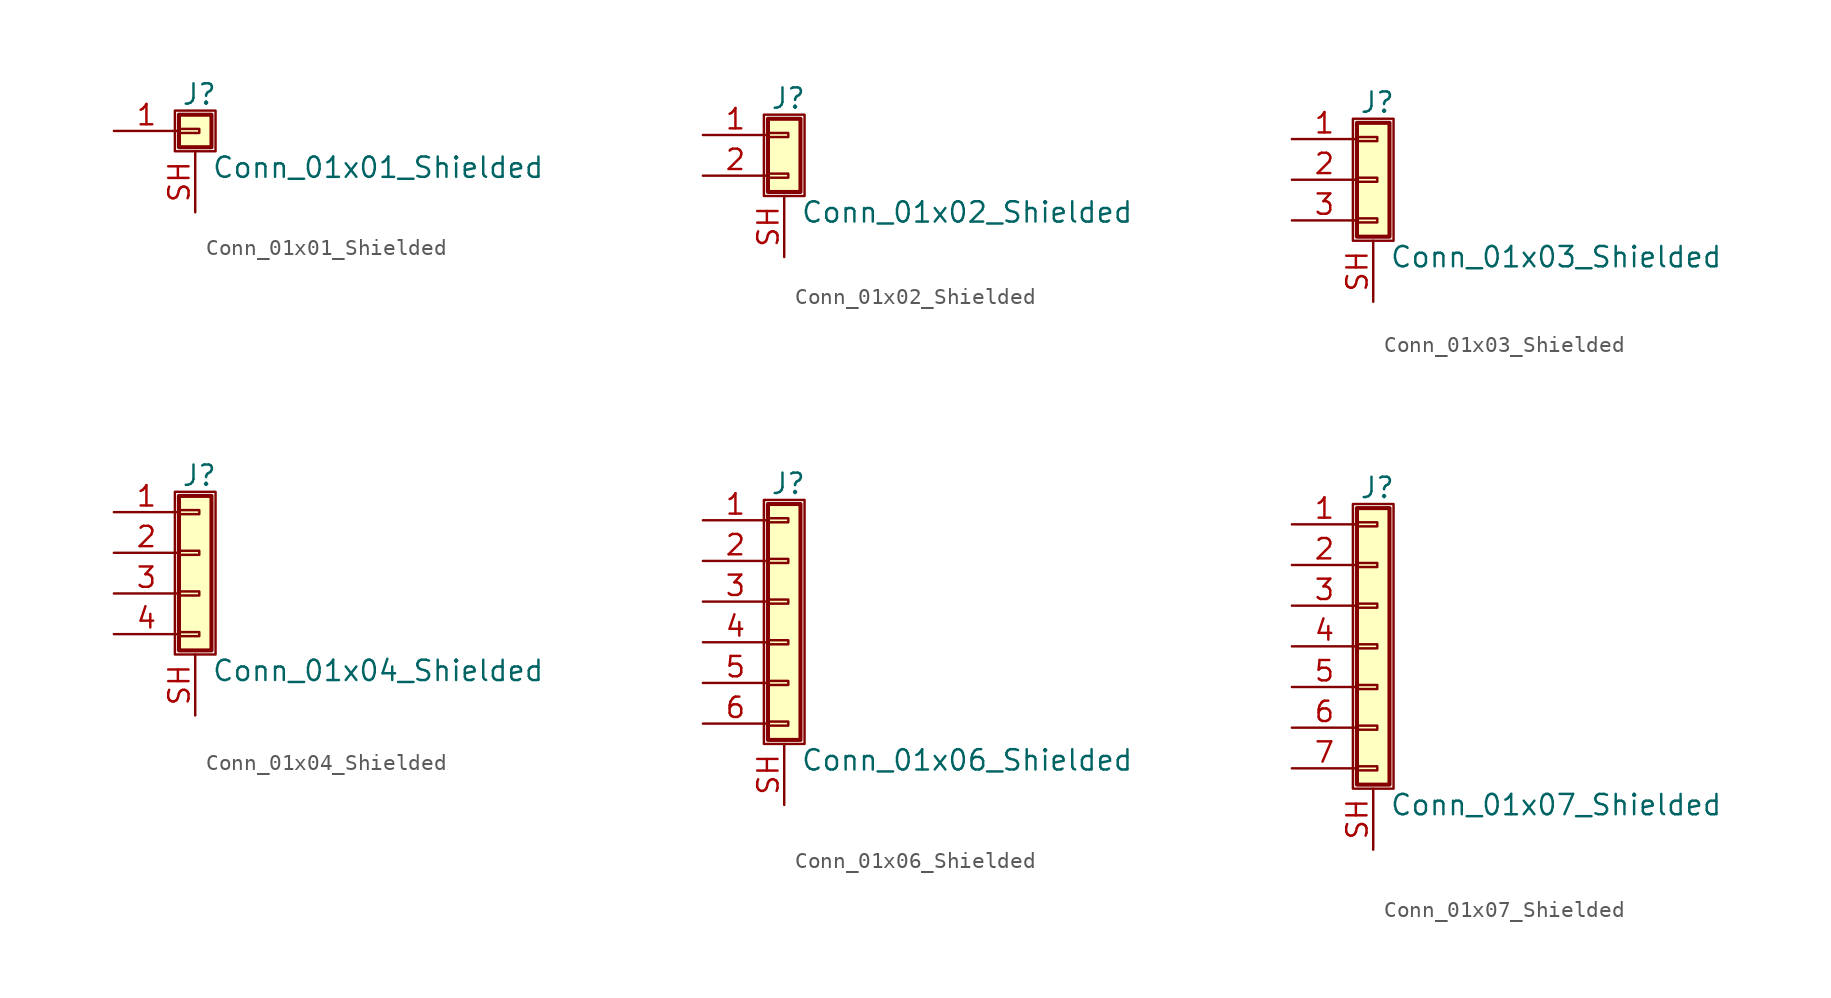
<source format=kicad_sym>
(kicad_symbol_lib
  (version 20211014)
  (generator kicad_symbol_editor)
  (symbol "Conn_01x01_Shielded"
    (pin_names
      (offset 1.016) hide)
    (property "Reference" "J"
      (at 0.254 2.286 0)
      (effects (font (size 1.27 1.27))))
    (property "Value" "Conn_01x01_Shielded"
      (at 1.016 -2.286 0)
      (effects (font (size 1.27 1.27)) (justify left)))
    (symbol "Conn_01x01_Shielded_1_1"
      (rectangle (start -1.27 1.27) (end 1.27 -1.27) (stroke (width 0.152) (type default) (color 0 0 0 0)) (fill (type none)))
      (rectangle (start -1.016 0.127) (end 0.254 -0.127) (stroke (width 0.152) (type default) (color 0 0 0 0)) (fill (type none)))
      (rectangle (start -1.016 1.016) (end 1.016 -1.016) (stroke (width 0.254) (type default) (color 0 0 0 0)) (fill (type background)))
      (pin passive line (at -5.08 0 0) (length 4.064) (name "Pin_1" (effects (font (size 1.27 1.27)))) (number "1" (effects (font (size 1.27 1.27)))))
      (pin passive line (at 0 -5.08 90) (length 3.81) (name "Shield" (effects (font (size 1.27 1.27)))) (number "SH" (effects (font (size 1.27 1.27)))))))
  (symbol "Conn_01x02_Shielded"
    (pin_names
      (offset 1.016) hide)
    (property "Reference" "J"
      (at 0.254 2.286 0)
      (effects (font (size 1.27 1.27))))
    (property "Value" "Conn_01x02_Shielded"
      (at 1.016 -4.826 0)
      (effects (font (size 1.27 1.27)) (justify left)))
    (symbol "Conn_01x02_Shielded_1_1"
      (rectangle (start -1.27 1.27) (end 1.27 -3.81) (stroke (width 0.152) (type default) (color 0 0 0 0)) (fill (type none)))
      (rectangle (start -1.016 -2.413) (end 0.254 -2.667) (stroke (width 0.152) (type default) (color 0 0 0 0)) (fill (type none)))
      (rectangle (start -1.016 0.127) (end 0.254 -0.127) (stroke (width 0.152) (type default) (color 0 0 0 0)) (fill (type none)))
      (rectangle (start -1.016 1.016) (end 1.016 -3.556) (stroke (width 0.254) (type default) (color 0 0 0 0)) (fill (type background)))
      (pin passive line (at -5.08 0 0) (length 4.064) (name "Pin_1" (effects (font (size 1.27 1.27)))) (number "1" (effects (font (size 1.27 1.27)))))
      (pin passive line (at -5.08 -2.54 0) (length 4.064) (name "Pin_2" (effects (font (size 1.27 1.27)))) (number "2" (effects (font (size 1.27 1.27)))))
      (pin passive line (at 0 -7.62 90) (length 3.81) (name "Shield" (effects (font (size 1.27 1.27)))) (number "SH" (effects (font (size 1.27 1.27)))))))
  (symbol "Conn_01x03_Shielded"
    (pin_names
      (offset 1.016) hide)
    (property "Reference" "J"
      (at 0.254 4.826 0)
      (effects (font (size 1.27 1.27))))
    (property "Value" "Conn_01x03_Shielded"
      (at 1.016 -4.826 0)
      (effects (font (size 1.27 1.27)) (justify left)))
    (symbol "Conn_01x03_Shielded_1_1"
      (rectangle (start -1.27 3.81) (end 1.27 -3.81) (stroke (width 0.152) (type default) (color 0 0 0 0)) (fill (type none)))
      (rectangle (start -1.016 -2.413) (end 0.254 -2.667) (stroke (width 0.152) (type default) (color 0 0 0 0)) (fill (type none)))
      (rectangle (start -1.016 0.127) (end 0.254 -0.127) (stroke (width 0.152) (type default) (color 0 0 0 0)) (fill (type none)))
      (rectangle (start -1.016 2.667) (end 0.254 2.413) (stroke (width 0.152) (type default) (color 0 0 0 0)) (fill (type none)))
      (rectangle (start -1.016 3.556) (end 1.016 -3.556) (stroke (width 0.254) (type default) (color 0 0 0 0)) (fill (type background)))
      (pin passive line (at -5.08 2.54 0) (length 4.064) (name "Pin_1" (effects (font (size 1.27 1.27)))) (number "1" (effects (font (size 1.27 1.27)))))
      (pin passive line (at -5.08 0 0) (length 4.064) (name "Pin_2" (effects (font (size 1.27 1.27)))) (number "2" (effects (font (size 1.27 1.27)))))
      (pin passive line (at -5.08 -2.54 0) (length 4.064) (name "Pin_3" (effects (font (size 1.27 1.27)))) (number "3" (effects (font (size 1.27 1.27)))))
      (pin passive line (at 0 -7.62 90) (length 3.81) (name "Shield" (effects (font (size 1.27 1.27)))) (number "SH" (effects (font (size 1.27 1.27)))))))
  (symbol "Conn_01x04_Shielded"
    (pin_names
      (offset 1.016) hide)
    (property "Reference" "J"
      (at 0.254 4.826 0)
      (effects (font (size 1.27 1.27))))
    (property "Value" "Conn_01x04_Shielded"
      (at 1.016 -7.366 0)
      (effects (font (size 1.27 1.27)) (justify left)))
    (symbol "Conn_01x04_Shielded_1_1"
      (rectangle (start -1.27 3.81) (end 1.27 -6.35) (stroke (width 0.152) (type default) (color 0 0 0 0)) (fill (type none)))
      (rectangle (start -1.016 -4.953) (end 0.254 -5.207) (stroke (width 0.152) (type default) (color 0 0 0 0)) (fill (type none)))
      (rectangle (start -1.016 -2.413) (end 0.254 -2.667) (stroke (width 0.152) (type default) (color 0 0 0 0)) (fill (type none)))
      (rectangle (start -1.016 0.127) (end 0.254 -0.127) (stroke (width 0.152) (type default) (color 0 0 0 0)) (fill (type none)))
      (rectangle (start -1.016 2.667) (end 0.254 2.413) (stroke (width 0.152) (type default) (color 0 0 0 0)) (fill (type none)))
      (rectangle (start -1.016 3.556) (end 1.016 -6.096) (stroke (width 0.254) (type default) (color 0 0 0 0)) (fill (type background)))
      (pin passive line (at -5.08 2.54 0) (length 4.064) (name "Pin_1" (effects (font (size 1.27 1.27)))) (number "1" (effects (font (size 1.27 1.27)))))
      (pin passive line (at -5.08 0 0) (length 4.064) (name "Pin_2" (effects (font (size 1.27 1.27)))) (number "2" (effects (font (size 1.27 1.27)))))
      (pin passive line (at -5.08 -2.54 0) (length 4.064) (name "Pin_3" (effects (font (size 1.27 1.27)))) (number "3" (effects (font (size 1.27 1.27)))))
      (pin passive line (at -5.08 -5.08 0) (length 4.064) (name "Pin_4" (effects (font (size 1.27 1.27)))) (number "4" (effects (font (size 1.27 1.27)))))
      (pin passive line (at 0 -10.16 90) (length 3.81) (name "Shield" (effects (font (size 1.27 1.27)))) (number "SH" (effects (font (size 1.27 1.27)))))))
  (symbol "Conn_01x06_Shielded"
    (pin_names
      (offset 1.016) hide)
    (property "Reference" "J"
      (at 0.254 7.366 0)
      (effects (font (size 1.27 1.27))))
    (property "Value" "Conn_01x06_Shielded"
      (at 1.016 -9.906 0)
      (effects (font (size 1.27 1.27)) (justify left)))
    (symbol "Conn_01x06_Shielded_1_1"
      (rectangle (start -1.27 6.35) (end 1.27 -8.89) (stroke (width 0.152) (type default) (color 0 0 0 0)) (fill (type none)))
      (rectangle (start -1.016 -7.493) (end 0.254 -7.747) (stroke (width 0.152) (type default) (color 0 0 0 0)) (fill (type none)))
      (rectangle (start -1.016 -4.953) (end 0.254 -5.207) (stroke (width 0.152) (type default) (color 0 0 0 0)) (fill (type none)))
      (rectangle (start -1.016 -2.413) (end 0.254 -2.667) (stroke (width 0.152) (type default) (color 0 0 0 0)) (fill (type none)))
      (rectangle (start -1.016 0.127) (end 0.254 -0.127) (stroke (width 0.152) (type default) (color 0 0 0 0)) (fill (type none)))
      (rectangle (start -1.016 2.667) (end 0.254 2.413) (stroke (width 0.152) (type default) (color 0 0 0 0)) (fill (type none)))
      (rectangle (start -1.016 5.207) (end 0.254 4.953) (stroke (width 0.152) (type default) (color 0 0 0 0)) (fill (type none)))
      (rectangle (start -1.016 6.096) (end 1.016 -8.636) (stroke (width 0.254) (type default) (color 0 0 0 0)) (fill (type background)))
      (pin passive line (at -5.08 5.08 0) (length 4.064) (name "Pin_1" (effects (font (size 1.27 1.27)))) (number "1" (effects (font (size 1.27 1.27)))))
      (pin passive line (at -5.08 2.54 0) (length 4.064) (name "Pin_2" (effects (font (size 1.27 1.27)))) (number "2" (effects (font (size 1.27 1.27)))))
      (pin passive line (at -5.08 0 0) (length 4.064) (name "Pin_3" (effects (font (size 1.27 1.27)))) (number "3" (effects (font (size 1.27 1.27)))))
      (pin passive line (at -5.08 -2.54 0) (length 4.064) (name "Pin_4" (effects (font (size 1.27 1.27)))) (number "4" (effects (font (size 1.27 1.27)))))
      (pin passive line (at -5.08 -5.08 0) (length 4.064) (name "Pin_5" (effects (font (size 1.27 1.27)))) (number "5" (effects (font (size 1.27 1.27)))))
      (pin passive line (at -5.08 -7.62 0) (length 4.064) (name "Pin_6" (effects (font (size 1.27 1.27)))) (number "6" (effects (font (size 1.27 1.27)))))
      (pin passive line (at 0 -12.7 90) (length 3.81) (name "Shield" (effects (font (size 1.27 1.27)))) (number "SH" (effects (font (size 1.27 1.27)))))))
  (symbol "Conn_01x07_Shielded"
    (pin_names
      (offset 1.016) hide)
    (property "Reference" "J"
      (at 0.254 9.906 0)
      (effects (font (size 1.27 1.27))))
    (property "Value" "Conn_01x07_Shielded"
      (at 1.016 -9.906 0)
      (effects (font (size 1.27 1.27)) (justify left)))
    (symbol "Conn_01x07_Shielded_1_1"
      (rectangle (start -1.27 8.89) (end 1.27 -8.89) (stroke (width 0.152) (type default) (color 0 0 0 0)) (fill (type none)))
      (rectangle (start -1.016 -7.493) (end 0.254 -7.747) (stroke (width 0.152) (type default) (color 0 0 0 0)) (fill (type none)))
      (rectangle (start -1.016 -4.953) (end 0.254 -5.207) (stroke (width 0.152) (type default) (color 0 0 0 0)) (fill (type none)))
      (rectangle (start -1.016 -2.413) (end 0.254 -2.667) (stroke (width 0.152) (type default) (color 0 0 0 0)) (fill (type none)))
      (rectangle (start -1.016 0.127) (end 0.254 -0.127) (stroke (width 0.152) (type default) (color 0 0 0 0)) (fill (type none)))
      (rectangle (start -1.016 2.667) (end 0.254 2.413) (stroke (width 0.152) (type default) (color 0 0 0 0)) (fill (type none)))
      (rectangle (start -1.016 5.207) (end 0.254 4.953) (stroke (width 0.152) (type default) (color 0 0 0 0)) (fill (type none)))
      (rectangle (start -1.016 7.747) (end 0.254 7.493) (stroke (width 0.152) (type default) (color 0 0 0 0)) (fill (type none)))
      (rectangle (start -1.016 8.636) (end 1.016 -8.636) (stroke (width 0.254) (type default) (color 0 0 0 0)) (fill (type background)))
      (pin passive line (at -5.08 7.62 0) (length 4.064) (name "Pin_1" (effects (font (size 1.27 1.27)))) (number "1" (effects (font (size 1.27 1.27)))))
      (pin passive line (at -5.08 5.08 0) (length 4.064) (name "Pin_2" (effects (font (size 1.27 1.27)))) (number "2" (effects (font (size 1.27 1.27)))))
      (pin passive line (at -5.08 2.54 0) (length 4.064) (name "Pin_3" (effects (font (size 1.27 1.27)))) (number "3" (effects (font (size 1.27 1.27)))))
      (pin passive line (at -5.08 0 0) (length 4.064) (name "Pin_4" (effects (font (size 1.27 1.27)))) (number "4" (effects (font (size 1.27 1.27)))))
      (pin passive line (at -5.08 -2.54 0) (length 4.064) (name "Pin_5" (effects (font (size 1.27 1.27)))) (number "5" (effects (font (size 1.27 1.27)))))
      (pin passive line (at -5.08 -5.08 0) (length 4.064) (name "Pin_6" (effects (font (size 1.27 1.27)))) (number "6" (effects (font (size 1.27 1.27)))))
      (pin passive line (at -5.08 -7.62 0) (length 4.064) (name "Pin_7" (effects (font (size 1.27 1.27)))) (number "7" (effects (font (size 1.27 1.27)))))
      (pin passive line (at 0 -12.7 90) (length 3.81) (name "Shield" (effects (font (size 1.27 1.27)))) (number "SH" (effects (font (size 1.27 1.27))))))))
</source>
